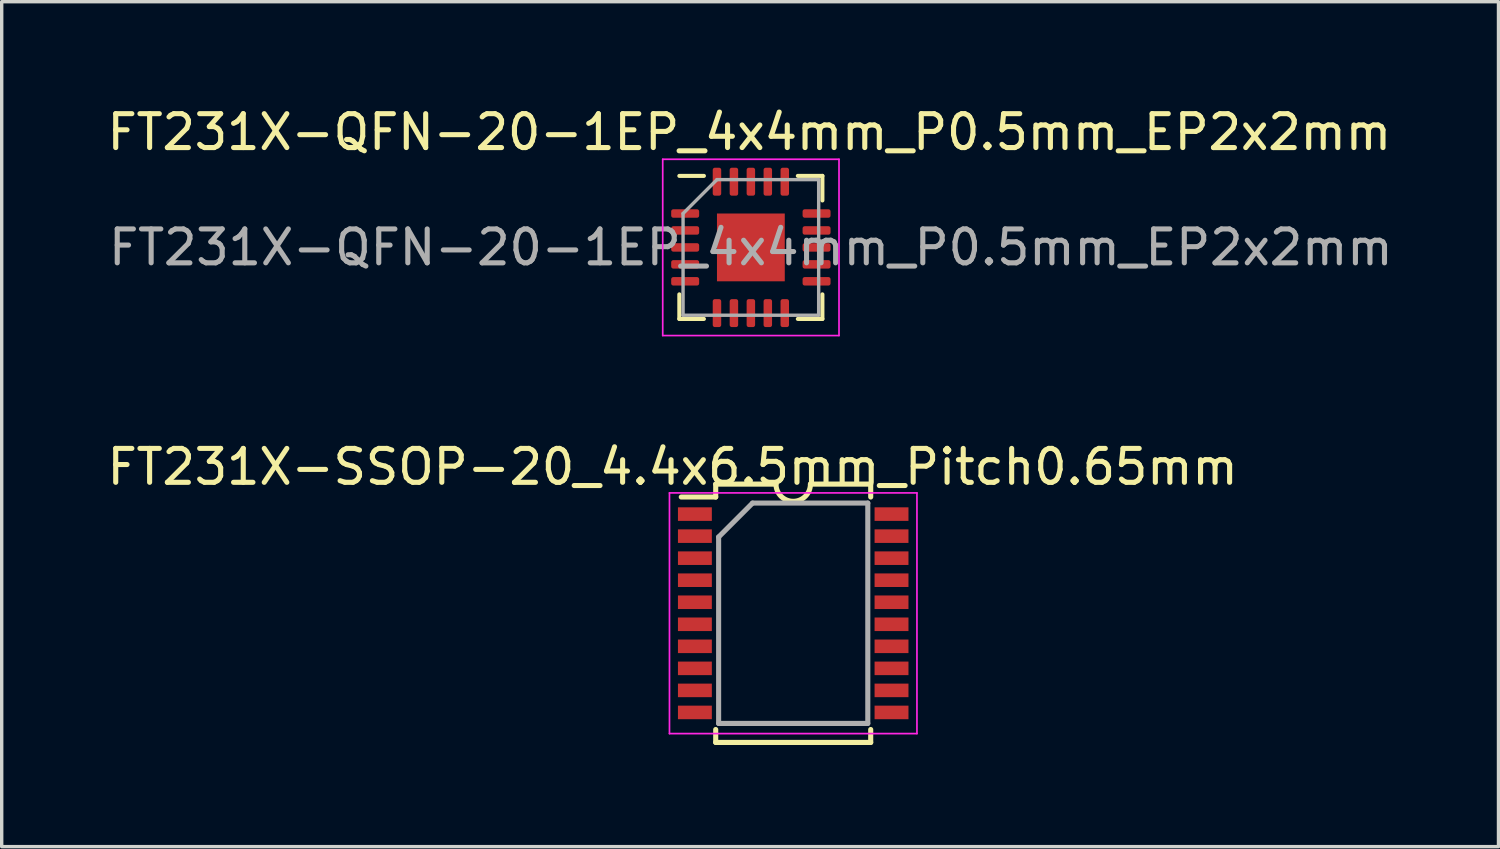
<source format=kicad_pcb>
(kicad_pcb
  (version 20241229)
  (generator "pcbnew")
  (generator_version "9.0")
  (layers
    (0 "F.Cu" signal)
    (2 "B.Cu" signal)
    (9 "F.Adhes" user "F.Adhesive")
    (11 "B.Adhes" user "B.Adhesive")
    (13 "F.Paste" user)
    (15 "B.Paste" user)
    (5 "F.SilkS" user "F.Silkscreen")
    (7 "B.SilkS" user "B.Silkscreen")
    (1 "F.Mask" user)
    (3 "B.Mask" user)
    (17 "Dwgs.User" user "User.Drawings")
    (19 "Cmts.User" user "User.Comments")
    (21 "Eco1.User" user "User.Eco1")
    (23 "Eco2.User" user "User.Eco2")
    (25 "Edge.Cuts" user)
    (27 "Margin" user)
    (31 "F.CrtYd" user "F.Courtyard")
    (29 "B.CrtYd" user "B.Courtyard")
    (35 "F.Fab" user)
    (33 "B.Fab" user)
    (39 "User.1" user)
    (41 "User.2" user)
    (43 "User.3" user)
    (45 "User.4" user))
  (footprint "FT231X-SSOP-20_4.4x6.5mm_Pitch0.65mm"
    (layer "F.Cu")
    (at 20.348 15.04)
    (property "Reference" "FT231X-SSOP-20_4.4x6.5mm_Pitch0.65mm" (at -3.556 -4.318 0) (layer "F.SilkS") (effects (font (size 1 1) (thickness 0.15))))
    (attr smd)
    (fp_line (start -2.286 -3.81) (end -2.286 -3.429) (stroke (width 0.15) (type solid)) (layer "F.SilkS"))
    (fp_line (start -2.286 -3.429) (end -3.302 -3.429) (stroke (width 0.15) (type solid)) (layer "F.SilkS"))
    (fp_line (start -2.286 3.429) (end -2.286 3.81) (stroke (width 0.15) (type solid)) (layer "F.SilkS"))
    (fp_line (start -2.286 3.81) (end 2.286 3.81) (stroke (width 0.15) (type solid)) (layer "F.SilkS"))
    (fp_line (start -0.508 -3.81) (end -2.286 -3.81) (stroke (width 0.15) (type solid)) (layer "F.SilkS"))
    (fp_line (start 0.508 -3.81) (end 2.286 -3.81) (stroke (width 0.15) (type solid)) (layer "F.SilkS"))
    (fp_line (start 2.286 -3.81) (end 2.286 -3.429) (stroke (width 0.15) (type solid)) (layer "F.SilkS"))
    (fp_line (start 2.286 3.81) (end 2.286 3.429) (stroke (width 0.15) (type solid)) (layer "F.SilkS"))
    (fp_arc (start 0.508 -3.81) (mid 0 -3.302) (end -0.508 -3.81) (stroke (width 0.15) (type solid)) (layer "F.SilkS"))
    (fp_line (start -3.65 -3.55) (end -3.65 3.55) (stroke (width 0.05) (type solid)) (layer "F.CrtYd"))
    (fp_line (start -3.65 -3.55) (end 3.65 -3.55) (stroke (width 0.05) (type solid)) (layer "F.CrtYd"))
    (fp_line (start -3.65 3.55) (end 3.65 3.55) (stroke (width 0.05) (type solid)) (layer "F.CrtYd"))
    (fp_line (start 3.65 -3.55) (end 3.65 3.55) (stroke (width 0.05) (type solid)) (layer "F.CrtYd"))
    (fp_line (start -2.2 -2.25) (end -1.2 -3.25) (stroke (width 0.15) (type solid)) (layer "F.Fab"))
    (fp_line (start -2.2 3.25) (end -2.2 -2.25) (stroke (width 0.15) (type solid)) (layer "F.Fab"))
    (fp_line (start -1.2 -3.25) (end 2.2 -3.25) (stroke (width 0.15) (type solid)) (layer "F.Fab"))
    (fp_line (start 2.2 -3.25) (end 2.2 3.25) (stroke (width 0.15) (type solid)) (layer "F.Fab"))
    (fp_line (start 2.2 3.25) (end -2.2 3.25) (stroke (width 0.15) (type solid)) (layer "F.Fab"))
    (pad "1" smd rect (at -2.9 -2.925) (size 1 0.4) (layers "F.Cu" "F.Mask" "F.Paste"))
    (pad "2" smd rect (at -2.9 -2.275) (size 1 0.4) (layers "F.Cu" "F.Mask" "F.Paste"))
    (pad "3" smd rect (at -2.9 -1.625) (size 1 0.4) (layers "F.Cu" "F.Mask" "F.Paste"))
    (pad "4" smd rect (at -2.9 -0.975) (size 1 0.4) (layers "F.Cu" "F.Mask" "F.Paste"))
    (pad "5" smd rect (at -2.9 -0.325) (size 1 0.4) (layers "F.Cu" "F.Mask" "F.Paste"))
    (pad "6" smd rect (at -2.9 0.325) (size 1 0.4) (layers "F.Cu" "F.Mask" "F.Paste"))
    (pad "7" smd rect (at -2.9 0.975) (size 1 0.4) (layers "F.Cu" "F.Mask" "F.Paste"))
    (pad "8" smd rect (at -2.9 1.625) (size 1 0.4) (layers "F.Cu" "F.Mask" "F.Paste"))
    (pad "9" smd rect (at -2.9 2.275) (size 1 0.4) (layers "F.Cu" "F.Mask" "F.Paste"))
    (pad "10" smd rect (at -2.9 2.925) (size 1 0.4) (layers "F.Cu" "F.Mask" "F.Paste"))
    (pad "11" smd rect (at 2.9 2.925) (size 1 0.4) (layers "F.Cu" "F.Mask" "F.Paste"))
    (pad "12" smd rect (at 2.9 2.275) (size 1 0.4) (layers "F.Cu" "F.Mask" "F.Paste"))
    (pad "13" smd rect (at 2.9 1.625) (size 1 0.4) (layers "F.Cu" "F.Mask" "F.Paste"))
    (pad "14" smd rect (at 2.9 0.975) (size 1 0.4) (layers "F.Cu" "F.Mask" "F.Paste"))
    (pad "15" smd rect (at 2.9 0.325) (size 1 0.4) (layers "F.Cu" "F.Mask" "F.Paste"))
    (pad "16" smd rect (at 2.9 -0.325) (size 1 0.4) (layers "F.Cu" "F.Mask" "F.Paste"))
    (pad "17" smd rect (at 2.9 -0.975) (size 1 0.4) (layers "F.Cu" "F.Mask" "F.Paste"))
    (pad "18" smd rect (at 2.9 -1.625) (size 1 0.4) (layers "F.Cu" "F.Mask" "F.Paste"))
    (pad "19" smd rect (at 2.9 -2.275) (size 1 0.4) (layers "F.Cu" "F.Mask" "F.Paste"))
    (pad "20" smd rect (at 2.9 -2.925) (size 1 0.4) (layers "F.Cu" "F.Mask" "F.Paste")))
  (footprint "FT231X-QFN-20-1EP_4x4mm_P0.5mm_EP2x2mm"
    (layer "F.Cu")
    (at 19.099 4.248)
    (property "Reference" "FT231X-QFN-20-1EP_4x4mm_P0.5mm_EP2x2mm" (at -0.045 -3.4 180) (layer "F.SilkS") (effects (font (size 1 1) (thickness 0.15))))
    (attr smd)
    (fp_line (start -2.11 2.11) (end -2.11 1.385) (stroke (width 0.12) (type solid)) (layer "F.SilkS"))
    (fp_line (start -1.385 -2.11) (end -2.11 -2.11) (stroke (width 0.12) (type solid)) (layer "F.SilkS"))
    (fp_line (start -1.385 2.11) (end -2.11 2.11) (stroke (width 0.12) (type solid)) (layer "F.SilkS"))
    (fp_line (start 1.385 -2.11) (end 2.11 -2.11) (stroke (width 0.12) (type solid)) (layer "F.SilkS"))
    (fp_line (start 1.385 2.11) (end 2.11 2.11) (stroke (width 0.12) (type solid)) (layer "F.SilkS"))
    (fp_line (start 2.11 -2.11) (end 2.11 -1.385) (stroke (width 0.12) (type solid)) (layer "F.SilkS"))
    (fp_line (start 2.11 2.11) (end 2.11 1.385) (stroke (width 0.12) (type solid)) (layer "F.SilkS"))
    (fp_line (start -2.6 -2.6) (end -2.6 2.6) (stroke (width 0.05) (type solid)) (layer "F.CrtYd"))
    (fp_line (start -2.6 2.6) (end 2.6 2.6) (stroke (width 0.05) (type solid)) (layer "F.CrtYd"))
    (fp_line (start 2.6 -2.6) (end -2.6 -2.6) (stroke (width 0.05) (type solid)) (layer "F.CrtYd"))
    (fp_line (start 2.6 2.6) (end 2.6 -2.6) (stroke (width 0.05) (type solid)) (layer "F.CrtYd"))
    (fp_line (start -2 -1) (end -1 -2) (stroke (width 0.1) (type solid)) (layer "F.Fab"))
    (fp_line (start -2 2) (end -2 -1) (stroke (width 0.1) (type solid)) (layer "F.Fab"))
    (fp_line (start -1 -2) (end 2 -2) (stroke (width 0.1) (type solid)) (layer "F.Fab"))
    (fp_line (start 2 -2) (end 2 2) (stroke (width 0.1) (type solid)) (layer "F.Fab"))
    (fp_line (start 2 2) (end -2 2) (stroke (width 0.1) (type solid)) (layer "F.Fab"))
    (fp_text user "${REFERENCE}" (at 0 0 180) (layer "F.Fab") (effects (font (size 1 1) (thickness 0.15))))
    (pad "" smd roundrect (at -0.5 -0.5) (size 0.8 0.8) (layers "F.Paste") (roundrect_rratio 0.248))
    (pad "" smd roundrect (at -0.5 0.5) (size 0.8 0.8) (layers "F.Paste") (roundrect_rratio 0.248))
    (pad "" smd roundrect (at 0.5 -0.5) (size 0.8 0.8) (layers "F.Paste") (roundrect_rratio 0.248))
    (pad "" smd roundrect (at 0.5 0.5) (size 0.8 0.8) (layers "F.Paste") (roundrect_rratio 0.248))
    (pad "1" smd roundrect (at -1.938 -1) (size 0.825 0.25) (layers "F.Cu" "F.Mask" "F.Paste") (roundrect_rratio 0.25))
    (pad "2" smd roundrect (at -1.938 -0.5) (size 0.825 0.25) (layers "F.Cu" "F.Mask" "F.Paste") (roundrect_rratio 0.25))
    (pad "3" smd roundrect (at -1.938 0) (size 0.825 0.25) (layers "F.Cu" "F.Mask" "F.Paste") (roundrect_rratio 0.25))
    (pad "4" smd roundrect (at -1.938 0.5) (size 0.825 0.25) (layers "F.Cu" "F.Mask" "F.Paste") (roundrect_rratio 0.25))
    (pad "5" smd roundrect (at -1.938 1) (size 0.825 0.25) (layers "F.Cu" "F.Mask" "F.Paste") (roundrect_rratio 0.25))
    (pad "6" smd roundrect (at -1 1.938) (size 0.25 0.825) (layers "F.Cu" "F.Mask" "F.Paste") (roundrect_rratio 0.25))
    (pad "7" smd roundrect (at -0.5 1.938) (size 0.25 0.825) (layers "F.Cu" "F.Mask" "F.Paste") (roundrect_rratio 0.25))
    (pad "8" smd roundrect (at 0 1.938) (size 0.25 0.825) (layers "F.Cu" "F.Mask" "F.Paste") (roundrect_rratio 0.25))
    (pad "9" smd roundrect (at 0.5 1.938) (size 0.25 0.825) (layers "F.Cu" "F.Mask" "F.Paste") (roundrect_rratio 0.25))
    (pad "10" smd roundrect (at 1 1.938) (size 0.25 0.825) (layers "F.Cu" "F.Mask" "F.Paste") (roundrect_rratio 0.25))
    (pad "11" smd roundrect (at 1.938 1) (size 0.825 0.25) (layers "F.Cu" "F.Mask" "F.Paste") (roundrect_rratio 0.25))
    (pad "12" smd roundrect (at 1.938 0.5) (size 0.825 0.25) (layers "F.Cu" "F.Mask" "F.Paste") (roundrect_rratio 0.25))
    (pad "13" smd roundrect (at 1.938 0) (size 0.825 0.25) (layers "F.Cu" "F.Mask" "F.Paste") (roundrect_rratio 0.25))
    (pad "14" smd roundrect (at 1.938 -0.5) (size 0.825 0.25) (layers "F.Cu" "F.Mask" "F.Paste") (roundrect_rratio 0.25))
    (pad "15" smd roundrect (at 1.938 -1) (size 0.825 0.25) (layers "F.Cu" "F.Mask" "F.Paste") (roundrect_rratio 0.25))
    (pad "16" smd roundrect (at 1 -1.938) (size 0.25 0.825) (layers "F.Cu" "F.Mask" "F.Paste") (roundrect_rratio 0.25))
    (pad "17" smd roundrect (at 0.5 -1.938) (size 0.25 0.825) (layers "F.Cu" "F.Mask" "F.Paste") (roundrect_rratio 0.25))
    (pad "18" smd roundrect (at 0 -1.938) (size 0.25 0.825) (layers "F.Cu" "F.Mask" "F.Paste") (roundrect_rratio 0.25))
    (pad "19" smd roundrect (at -0.5 -1.938) (size 0.25 0.825) (layers "F.Cu" "F.Mask" "F.Paste") (roundrect_rratio 0.25))
    (pad "20" smd roundrect (at -1 -1.938) (size 0.25 0.825) (layers "F.Cu" "F.Mask" "F.Paste") (roundrect_rratio 0.25))
    (pad "21" smd rect (at 0 0) (size 2 2) (layers "F.Cu" "F.Mask")))
  (gr_rect
    (start -3 -3)
    (end 41.152 21.924)
    (stroke (width 0.1) (type default))
    (fill no)
    (layer "Edge.Cuts")))
</source>
